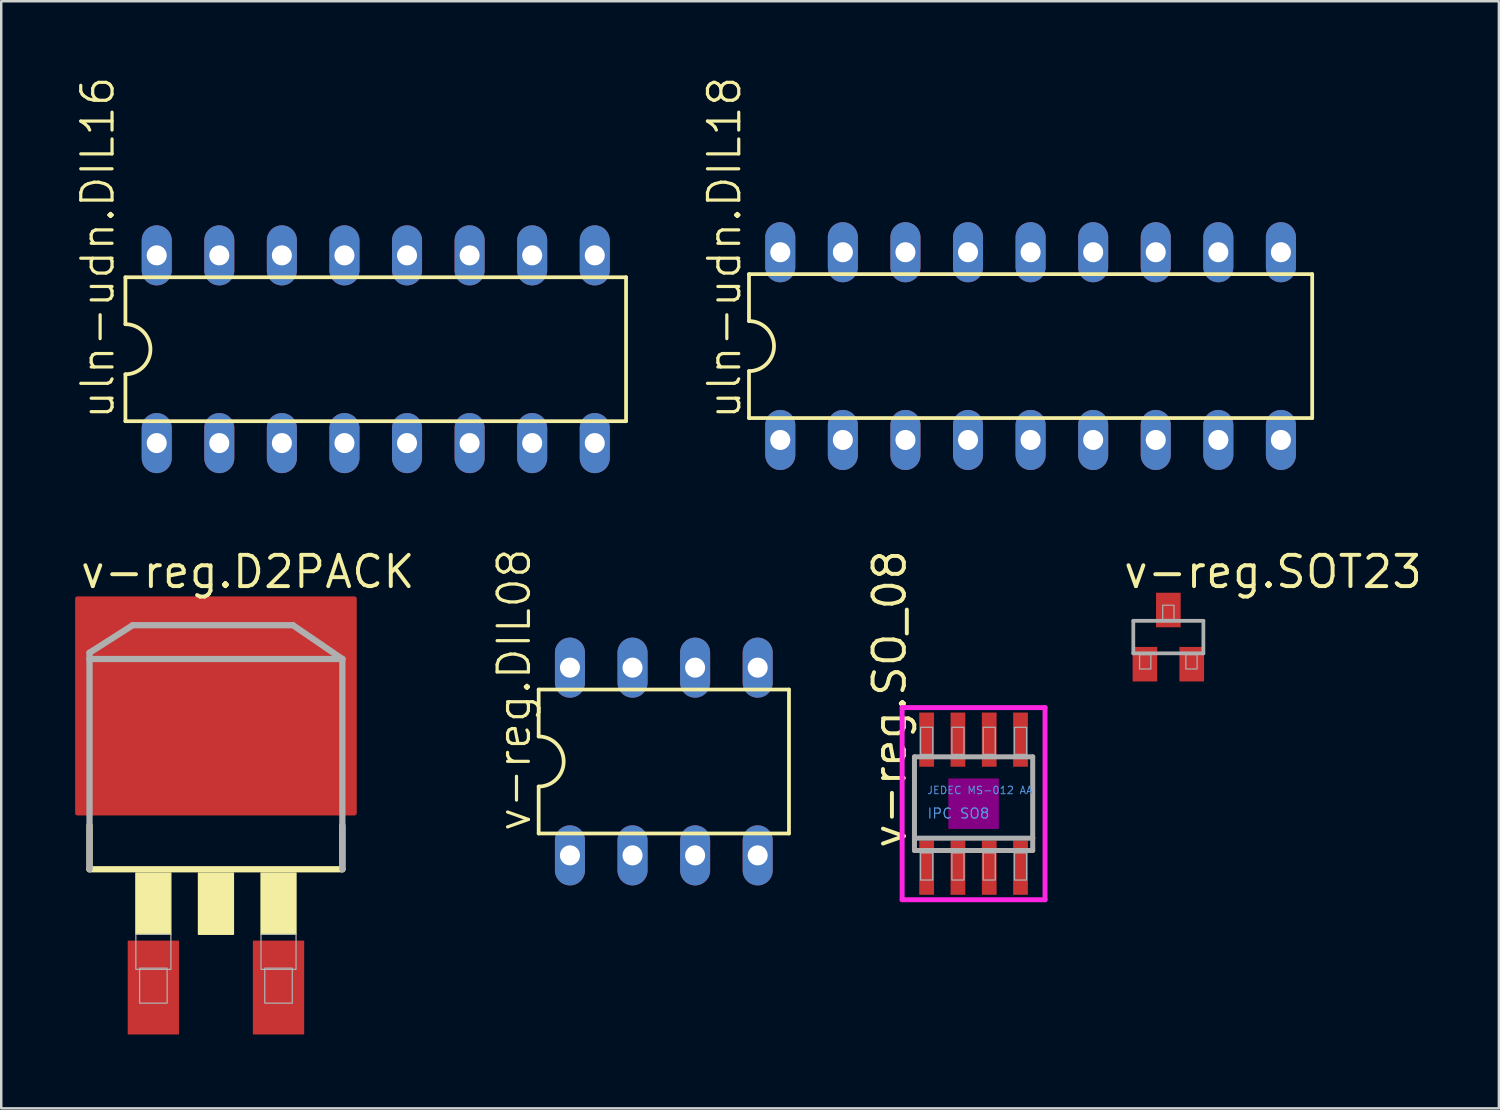
<source format=kicad_pcb>
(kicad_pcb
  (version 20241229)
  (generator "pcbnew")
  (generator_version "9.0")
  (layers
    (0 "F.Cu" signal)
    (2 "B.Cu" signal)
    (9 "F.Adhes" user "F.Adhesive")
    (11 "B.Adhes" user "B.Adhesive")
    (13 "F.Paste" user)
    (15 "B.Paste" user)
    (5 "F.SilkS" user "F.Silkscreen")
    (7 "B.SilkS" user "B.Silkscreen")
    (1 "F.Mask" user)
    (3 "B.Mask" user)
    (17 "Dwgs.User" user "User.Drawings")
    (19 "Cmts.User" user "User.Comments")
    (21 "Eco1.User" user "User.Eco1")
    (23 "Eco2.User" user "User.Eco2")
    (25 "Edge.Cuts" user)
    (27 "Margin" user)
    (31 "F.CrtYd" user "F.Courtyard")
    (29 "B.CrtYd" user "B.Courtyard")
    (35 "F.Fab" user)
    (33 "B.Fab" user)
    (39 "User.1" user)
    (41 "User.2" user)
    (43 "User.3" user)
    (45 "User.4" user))
  (footprint "uln-udn.DIL16"
    (layer "F.Cu")
    (at 12.201 11.125)
    (property "Reference" "uln-udn.DIL16" (at -10.541 2.921 90) (layer "F.SilkS") (effects (font (size 1.27 1.27) (thickness 0.13)) (justify left bottom)))
    (attr through_hole)
    (fp_line (start -10.16 -2.921) (end -10.16 -1.016) (stroke (width 0.152) (type default)) (layer "F.SilkS"))
    (fp_line (start -10.16 2.921) (end -10.16 1.016) (stroke (width 0.152) (type default)) (layer "F.SilkS"))
    (fp_line (start -10.16 2.921) (end 10.16 2.921) (stroke (width 0.152) (type default)) (layer "F.SilkS"))
    (fp_line (start 10.16 -2.921) (end -10.16 -2.921) (stroke (width 0.152) (type default)) (layer "F.SilkS"))
    (fp_line (start 10.16 -2.921) (end 10.16 2.921) (stroke (width 0.152) (type default)) (layer "F.SilkS"))
    (fp_arc (start -10.16 -1.016) (mid -9.144 0) (end -10.16 1.016) (stroke (width 0.1524) (type default)) (layer "F.SilkS"))
    (pad "1" thru_hole oval (at -8.89 3.81 90) (size 2.438 1.219) (drill 0.813) (layers "*.Cu" "*.Mask"))
    (pad "2" thru_hole oval (at -6.35 3.81 90) (size 2.438 1.219) (drill 0.813) (layers "*.Cu" "*.Mask"))
    (pad "3" thru_hole oval (at -3.81 3.81 90) (size 2.438 1.219) (drill 0.813) (layers "*.Cu" "*.Mask"))
    (pad "4" thru_hole oval (at -1.27 3.81 90) (size 2.438 1.219) (drill 0.813) (layers "*.Cu" "*.Mask"))
    (pad "5" thru_hole oval (at 1.27 3.81 90) (size 2.438 1.219) (drill 0.813) (layers "*.Cu" "*.Mask"))
    (pad "6" thru_hole oval (at 3.81 3.81 90) (size 2.438 1.219) (drill 0.813) (layers "*.Cu" "*.Mask"))
    (pad "7" thru_hole oval (at 6.35 3.81 90) (size 2.438 1.219) (drill 0.813) (layers "*.Cu" "*.Mask"))
    (pad "8" thru_hole oval (at 8.89 3.81 90) (size 2.438 1.219) (drill 0.813) (layers "*.Cu" "*.Mask"))
    (pad "9" thru_hole oval (at 8.89 -3.81 90) (size 2.438 1.219) (drill 0.813) (layers "*.Cu" "*.Mask"))
    (pad "10" thru_hole oval (at 6.35 -3.81 90) (size 2.438 1.219) (drill 0.813) (layers "*.Cu" "*.Mask"))
    (pad "11" thru_hole oval (at 3.81 -3.81 90) (size 2.438 1.219) (drill 0.813) (layers "*.Cu" "*.Mask"))
    (pad "12" thru_hole oval (at 1.27 -3.81 90) (size 2.438 1.219) (drill 0.813) (layers "*.Cu" "*.Mask"))
    (pad "13" thru_hole oval (at -1.27 -3.81 90) (size 2.438 1.219) (drill 0.813) (layers "*.Cu" "*.Mask"))
    (pad "14" thru_hole oval (at -3.81 -3.81 90) (size 2.438 1.219) (drill 0.813) (layers "*.Cu" "*.Mask"))
    (pad "15" thru_hole oval (at -6.35 -3.81 90) (size 2.438 1.219) (drill 0.813) (layers "*.Cu" "*.Mask"))
    (pad "16" thru_hole oval (at -8.89 -3.81 90) (size 2.438 1.219) (drill 0.813) (layers "*.Cu" "*.Mask")))
  (footprint "v-reg.SO_08"
    (layer "F.Cu")
    (at 36.467 29.57)
    (property "Reference" "v-reg.SO_08" (at -2.667 1.905 90) (layer "F.SilkS") (effects (font (size 1.27 1.27) (thickness 0.16)) (justify left bottom)))
    (attr smd)
    (fp_rect (start -1 1) (end 1 -1) (stroke (width 0.05) (type default)) (fill yes) (layer "F.Adhes"))
    (fp_line (start -2.9 -3.9) (end 2.9 -3.9) (stroke (width 0.2) (type default)) (layer "F.CrtYd"))
    (fp_line (start -2.9 3.9) (end -2.9 -3.9) (stroke (width 0.2) (type default)) (layer "F.CrtYd"))
    (fp_line (start 2.9 -3.9) (end 2.9 3.9) (stroke (width 0.2) (type default)) (layer "F.CrtYd"))
    (fp_line (start 2.9 3.9) (end -2.9 3.9) (stroke (width 0.2) (type default)) (layer "F.CrtYd"))
    (fp_line (start -2.4 -1.9) (end 2.4 -1.9) (stroke (width 0.203) (type default)) (layer "F.Fab"))
    (fp_line (start -2.4 1.4) (end -2.4 -1.9) (stroke (width 0.203) (type default)) (layer "F.Fab"))
    (fp_line (start -2.4 1.9) (end -2.4 1.4) (stroke (width 0.203) (type default)) (layer "F.Fab"))
    (fp_line (start 2.4 -1.9) (end 2.4 1.4) (stroke (width 0.203) (type default)) (layer "F.Fab"))
    (fp_line (start 2.4 1.4) (end -2.4 1.4) (stroke (width 0.203) (type default)) (layer "F.Fab"))
    (fp_line (start 2.4 1.4) (end 2.4 1.9) (stroke (width 0.203) (type default)) (layer "F.Fab"))
    (fp_line (start 2.4 1.9) (end -2.4 1.9) (stroke (width 0.203) (type default)) (layer "F.Fab"))
    (fp_rect (start -2.15 -2) (end -1.66 -3.1) (stroke (width 0.05) (type default)) (fill no) (layer "F.Fab"))
    (fp_rect (start -2.15 3.1) (end -1.66 2) (stroke (width 0.05) (type default)) (fill no) (layer "F.Fab"))
    (fp_rect (start -0.88 -2) (end -0.39 -3.1) (stroke (width 0.05) (type default)) (fill no) (layer "F.Fab"))
    (fp_rect (start -0.88 3.1) (end -0.39 2) (stroke (width 0.05) (type default)) (fill no) (layer "F.Fab"))
    (fp_rect (start 0.39 -2) (end 0.88 -3.1) (stroke (width 0.05) (type default)) (fill no) (layer "F.Fab"))
    (fp_rect (start 0.39 3.1) (end 0.88 2) (stroke (width 0.05) (type default)) (fill no) (layer "F.Fab"))
    (fp_rect (start 1.66 -2) (end 2.15 -3.1) (stroke (width 0.05) (type default)) (fill no) (layer "F.Fab"))
    (fp_rect (start 1.66 3.1) (end 2.15 2) (stroke (width 0.05) (type default)) (fill no) (layer "F.Fab"))
    (fp_text user "IPC SO8" (at -1.905 0.635 0) (layer "Cmts.User") (effects (font (size 0.406 0.406) (thickness 0.05)) (justify left bottom)))
    (fp_text user "JEDEC MS-012 AA" (at -1.905 -0.365 0) (layer "Cmts.User") (effects (font (size 0.305 0.305) (thickness 0.04)) (justify left bottom)))
    (pad "1" smd roundrect (at -1.905 2.6) (size 0.6 2.2) (layers "F.Cu" "F.Mask" "F.Paste") (roundrect_rratio 0.01))
    (pad "2" smd roundrect (at -0.635 2.6) (size 0.6 2.2) (layers "F.Cu" "F.Mask" "F.Paste") (roundrect_rratio 0.01))
    (pad "3" smd roundrect (at 0.635 2.6) (size 0.6 2.2) (layers "F.Cu" "F.Mask" "F.Paste") (roundrect_rratio 0.01))
    (pad "4" smd roundrect (at 1.905 2.6) (size 0.6 2.2) (layers "F.Cu" "F.Mask" "F.Paste") (roundrect_rratio 0.01))
    (pad "5" smd roundrect (at 1.905 -2.6) (size 0.6 2.2) (layers "F.Cu" "F.Mask" "F.Paste") (roundrect_rratio 0.01))
    (pad "6" smd roundrect (at 0.635 -2.6) (size 0.6 2.2) (layers "F.Cu" "F.Mask" "F.Paste") (roundrect_rratio 0.01))
    (pad "7" smd roundrect (at -0.635 -2.6) (size 0.6 2.2) (layers "F.Cu" "F.Mask" "F.Paste") (roundrect_rratio 0.01))
    (pad "8" smd roundrect (at -1.905 -2.6) (size 0.6 2.2) (layers "F.Cu" "F.Mask" "F.Paste") (roundrect_rratio 0.01)))
  (footprint "v-reg.DIL08"
    (layer "F.Cu")
    (at 23.894 27.859)
    (property "Reference" "v-reg.DIL08" (at -5.334 2.921 90) (layer "F.SilkS") (effects (font (size 1.27 1.27) (thickness 0.13)) (justify left bottom)))
    (attr through_hole)
    (fp_line (start -5.08 -2.921) (end -5.08 -1.016) (stroke (width 0.152) (type default)) (layer "F.SilkS"))
    (fp_line (start -5.08 2.921) (end -5.08 1.016) (stroke (width 0.152) (type default)) (layer "F.SilkS"))
    (fp_line (start -5.08 2.921) (end 5.08 2.921) (stroke (width 0.152) (type default)) (layer "F.SilkS"))
    (fp_line (start 5.08 -2.921) (end -5.08 -2.921) (stroke (width 0.152) (type default)) (layer "F.SilkS"))
    (fp_line (start 5.08 -2.921) (end 5.08 2.921) (stroke (width 0.152) (type default)) (layer "F.SilkS"))
    (fp_arc (start -5.08 -1.016) (mid -4.064 0) (end -5.08 1.016) (stroke (width 0.1524) (type default)) (layer "F.SilkS"))
    (pad "1" thru_hole oval (at -3.81 3.81 90) (size 2.438 1.219) (drill 0.813) (layers "*.Cu" "*.Mask"))
    (pad "2" thru_hole oval (at -1.27 3.81 90) (size 2.438 1.219) (drill 0.813) (layers "*.Cu" "*.Mask"))
    (pad "3" thru_hole oval (at 1.27 3.81 90) (size 2.438 1.219) (drill 0.813) (layers "*.Cu" "*.Mask"))
    (pad "4" thru_hole oval (at 3.81 3.81 90) (size 2.438 1.219) (drill 0.813) (layers "*.Cu" "*.Mask"))
    (pad "5" thru_hole oval (at 3.81 -3.81 90) (size 2.438 1.219) (drill 0.813) (layers "*.Cu" "*.Mask"))
    (pad "6" thru_hole oval (at 1.27 -3.81 90) (size 2.438 1.219) (drill 0.813) (layers "*.Cu" "*.Mask"))
    (pad "7" thru_hole oval (at -1.27 -3.81 90) (size 2.438 1.219) (drill 0.813) (layers "*.Cu" "*.Mask"))
    (pad "8" thru_hole oval (at -3.81 -3.81 90) (size 2.438 1.219) (drill 0.813) (layers "*.Cu" "*.Mask")))
  (footprint "uln-udn.DIL18"
    (layer "F.Cu")
    (at 38.781 10.998)
    (property "Reference" "uln-udn.DIL18" (at -11.684 3.048 90) (layer "F.SilkS") (effects (font (size 1.27 1.27) (thickness 0.13)) (justify left bottom)))
    (attr through_hole)
    (fp_line (start -11.43 -2.921) (end -11.43 -1.016) (stroke (width 0.152) (type default)) (layer "F.SilkS"))
    (fp_line (start -11.43 2.921) (end -11.43 1.016) (stroke (width 0.152) (type default)) (layer "F.SilkS"))
    (fp_line (start -11.43 2.921) (end 11.43 2.921) (stroke (width 0.152) (type default)) (layer "F.SilkS"))
    (fp_line (start 11.43 -2.921) (end -11.43 -2.921) (stroke (width 0.152) (type default)) (layer "F.SilkS"))
    (fp_line (start 11.43 -2.921) (end 11.43 2.921) (stroke (width 0.152) (type default)) (layer "F.SilkS"))
    (fp_arc (start -11.43 -1.016) (mid -10.414 0) (end -11.43 1.016) (stroke (width 0.1524) (type default)) (layer "F.SilkS"))
    (pad "1" thru_hole oval (at -10.16 3.81 90) (size 2.438 1.219) (drill 0.813) (layers "*.Cu" "*.Mask"))
    (pad "2" thru_hole oval (at -7.62 3.81 90) (size 2.438 1.219) (drill 0.813) (layers "*.Cu" "*.Mask"))
    (pad "3" thru_hole oval (at -5.08 3.81 90) (size 2.438 1.219) (drill 0.813) (layers "*.Cu" "*.Mask"))
    (pad "4" thru_hole oval (at -2.54 3.81 90) (size 2.438 1.219) (drill 0.813) (layers "*.Cu" "*.Mask"))
    (pad "5" thru_hole oval (at 0 3.81 90) (size 2.438 1.219) (drill 0.813) (layers "*.Cu" "*.Mask"))
    (pad "6" thru_hole oval (at 2.54 3.81 90) (size 2.438 1.219) (drill 0.813) (layers "*.Cu" "*.Mask"))
    (pad "7" thru_hole oval (at 5.08 3.81 90) (size 2.438 1.219) (drill 0.813) (layers "*.Cu" "*.Mask"))
    (pad "8" thru_hole oval (at 7.62 3.81 90) (size 2.438 1.219) (drill 0.813) (layers "*.Cu" "*.Mask"))
    (pad "9" thru_hole oval (at 10.16 3.81 90) (size 2.438 1.219) (drill 0.813) (layers "*.Cu" "*.Mask"))
    (pad "10" thru_hole oval (at 10.16 -3.81 90) (size 2.438 1.219) (drill 0.813) (layers "*.Cu" "*.Mask"))
    (pad "11" thru_hole oval (at 7.62 -3.81 90) (size 2.438 1.219) (drill 0.813) (layers "*.Cu" "*.Mask"))
    (pad "12" thru_hole oval (at 5.08 -3.81 90) (size 2.438 1.219) (drill 0.813) (layers "*.Cu" "*.Mask"))
    (pad "13" thru_hole oval (at 2.54 -3.81 90) (size 2.438 1.219) (drill 0.813) (layers "*.Cu" "*.Mask"))
    (pad "14" thru_hole oval (at 0 -3.81 90) (size 2.438 1.219) (drill 0.813) (layers "*.Cu" "*.Mask"))
    (pad "15" thru_hole oval (at -2.54 -3.81 90) (size 2.438 1.219) (drill 0.813) (layers "*.Cu" "*.Mask"))
    (pad "16" thru_hole oval (at -5.08 -3.81 90) (size 2.438 1.219) (drill 0.813) (layers "*.Cu" "*.Mask"))
    (pad "17" thru_hole oval (at -7.62 -3.81 90) (size 2.438 1.219) (drill 0.813) (layers "*.Cu" "*.Mask"))
    (pad "18" thru_hole oval (at -10.16 -3.81 90) (size 2.438 1.219) (drill 0.813) (layers "*.Cu" "*.Mask")))
  (footprint "v-reg.SOT23"
    (layer "F.Cu")
    (at 44.372 22.809)
    (property "Reference" "v-reg.SOT23" (at -1.905 -1.905 0) (layer "F.SilkS") (effects (font (size 1.27 1.27) (thickness 0.16)) (justify left bottom)))
    (attr smd)
    (fp_line (start -1.422 -0.66) (end 1.422 -0.66) (stroke (width 0.152) (type default)) (layer "F.Fab"))
    (fp_line (start -1.422 0.66) (end -1.422 -0.66) (stroke (width 0.152) (type default)) (layer "F.Fab"))
    (fp_line (start 1.422 -0.66) (end 1.422 0.66) (stroke (width 0.152) (type default)) (layer "F.Fab"))
    (fp_line (start 1.422 0.66) (end -1.422 0.66) (stroke (width 0.152) (type default)) (layer "F.Fab"))
    (fp_rect (start -1.168 1.295) (end -0.711 0.711) (stroke (width 0.05) (type default)) (fill no) (layer "F.Fab"))
    (fp_rect (start -0.229 -0.711) (end 0.229 -1.295) (stroke (width 0.05) (type default)) (fill no) (layer "F.Fab"))
    (fp_rect (start 0.711 1.295) (end 1.168 0.711) (stroke (width 0.05) (type default)) (fill no) (layer "F.Fab"))
    (pad "1" smd roundrect (at -0.95 1.1) (size 1 1.4) (layers "F.Cu" "F.Mask" "F.Paste") (roundrect_rratio 0.01))
    (pad "2" smd roundrect (at 0.95 1.1) (size 1 1.4) (layers "F.Cu" "F.Mask" "F.Paste") (roundrect_rratio 0.01))
    (pad "3" smd roundrect (at 0 -1.1) (size 1 1.4) (layers "F.Cu" "F.Mask" "F.Paste") (roundrect_rratio 0.01)))
  (footprint "v-reg.D2PACK"
    (layer "F.Cu")
    (at 5.715 28.143)
    (property "Reference" "v-reg.D2PACK" (at -5.588 -7.239 0) (layer "F.SilkS") (effects (font (size 1.27 1.27) (thickness 0.16)) (justify left bottom)))
    (attr smd)
    (fp_line (start -5.131 4.089) (end -5.131 2.311) (stroke (width 0.254) (type default)) (layer "F.SilkS"))
    (fp_line (start -5.131 4.089) (end 5.131 4.089) (stroke (width 0.254) (type default)) (layer "F.SilkS"))
    (fp_line (start 5.131 4.089) (end 5.131 2.311) (stroke (width 0.254) (type default)) (layer "F.SilkS"))
    (fp_rect (start -3.251 6.731) (end -1.829 4.242) (stroke (width 0.05) (type default)) (fill yes) (layer "F.SilkS"))
    (fp_rect (start -0.711 6.731) (end 0.711 4.242) (stroke (width 0.05) (type default)) (fill yes) (layer "F.SilkS"))
    (fp_rect (start 1.829 6.731) (end 3.251 4.242) (stroke (width 0.05) (type default)) (fill yes) (layer "F.SilkS"))
    (fp_line (start -5.131 -4.699) (end -5.131 -4.445) (stroke (width 0.254) (type default)) (layer "F.Fab"))
    (fp_line (start -5.131 -4.445) (end -5.131 4.089) (stroke (width 0.254) (type default)) (layer "F.Fab"))
    (fp_line (start -5.131 -4.445) (end 5.131 -4.445) (stroke (width 0.254) (type default)) (layer "F.Fab"))
    (fp_line (start -3.378 -5.817) (end -5.131 -4.699) (stroke (width 0.254) (type default)) (layer "F.Fab"))
    (fp_line (start 3.124 -5.817) (end -3.378 -5.817) (stroke (width 0.254) (type default)) (layer "F.Fab"))
    (fp_line (start 5.131 -4.445) (end 3.124 -5.817) (stroke (width 0.254) (type default)) (layer "F.Fab"))
    (fp_line (start 5.131 4.089) (end 5.131 -4.445) (stroke (width 0.254) (type default)) (layer "F.Fab"))
    (fp_rect (start -3.251 8.153) (end -1.829 6.731) (stroke (width 0.05) (type default)) (fill no) (layer "F.Fab"))
    (fp_rect (start -3.099 9.525) (end -1.981 8.103) (stroke (width 0.05) (type default)) (fill no) (layer "F.Fab"))
    (fp_rect (start 1.829 8.153) (end 3.251 6.731) (stroke (width 0.05) (type default)) (fill no) (layer "F.Fab"))
    (fp_rect (start 1.981 9.525) (end 3.099 8.103) (stroke (width 0.05) (type default)) (fill no) (layer "F.Fab"))
    (pad "1" smd roundrect (at -2.54 8.89) (size 2.083 3.81) (layers "F.Cu" "F.Mask" "F.Paste") (roundrect_rratio 0.01))
    (pad "2" smd roundrect (at 0 -2.54) (size 11.43 8.89) (layers "F.Cu" "F.Mask" "F.Paste") (roundrect_rratio 0.01))
    (pad "3" smd roundrect (at 2.54 8.89) (size 2.083 3.81) (layers "F.Cu" "F.Mask" "F.Paste") (roundrect_rratio 0.01)))
  (gr_rect
    (start -3 -3)
    (end 57.788 41.938)
    (stroke (width 0.1) (type default))
    (fill no)
    (layer "Edge.Cuts")))
</source>
